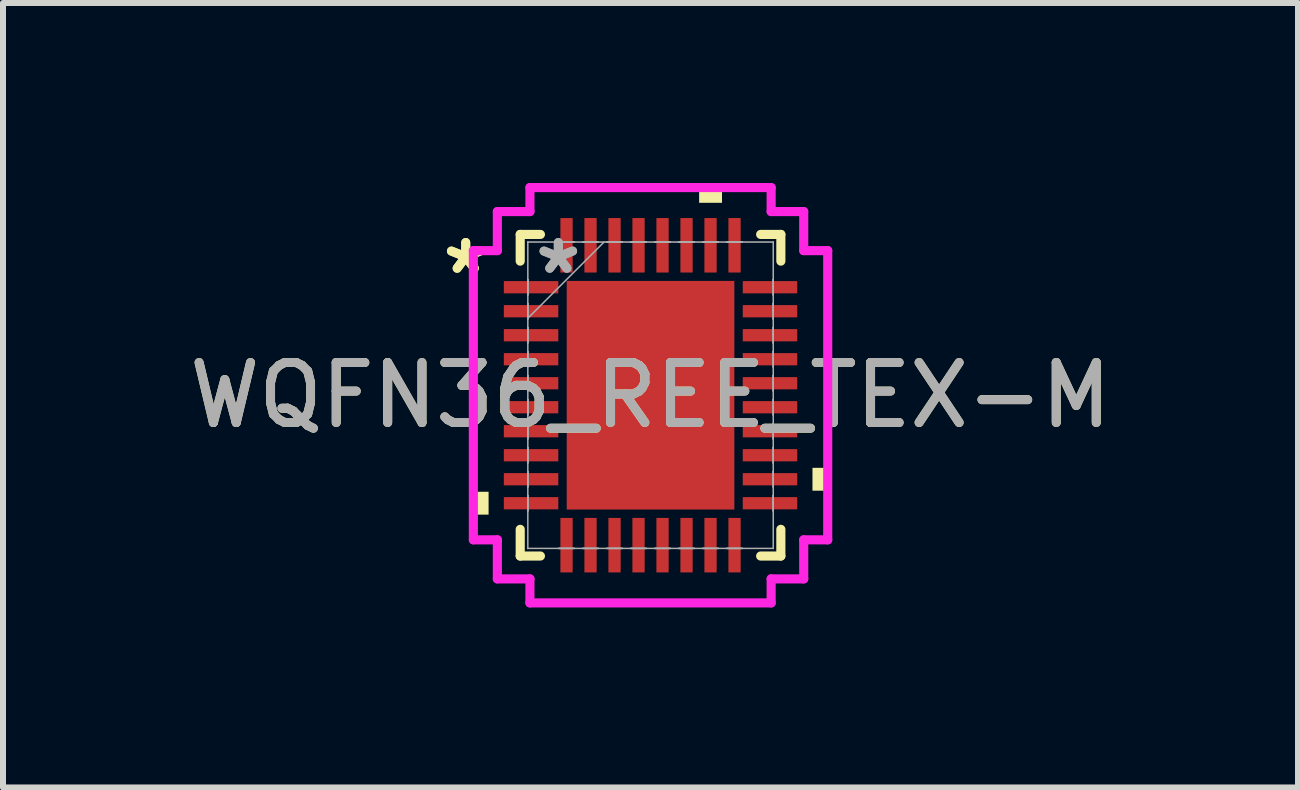
<source format=kicad_pcb>
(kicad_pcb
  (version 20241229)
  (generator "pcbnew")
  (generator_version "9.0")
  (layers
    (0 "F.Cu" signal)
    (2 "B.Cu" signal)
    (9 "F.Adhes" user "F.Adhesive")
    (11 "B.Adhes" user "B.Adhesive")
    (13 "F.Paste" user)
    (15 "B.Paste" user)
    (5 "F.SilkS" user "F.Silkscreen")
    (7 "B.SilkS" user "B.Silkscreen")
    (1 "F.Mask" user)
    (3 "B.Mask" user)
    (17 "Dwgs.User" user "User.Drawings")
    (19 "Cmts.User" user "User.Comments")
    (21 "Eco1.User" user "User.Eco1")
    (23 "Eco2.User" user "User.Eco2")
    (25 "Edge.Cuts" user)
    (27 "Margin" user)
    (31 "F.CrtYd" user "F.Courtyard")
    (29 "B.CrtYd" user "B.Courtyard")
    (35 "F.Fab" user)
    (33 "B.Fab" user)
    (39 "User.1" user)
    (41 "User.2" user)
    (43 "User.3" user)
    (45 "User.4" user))
  (footprint "WQFN36_REE_TEX-M"
    (layer "F.Cu")
    (at 7.792 3.537)
    (property "Reference" "WQFN36_REE_TEX-M" (at 0 0 0) (unlocked yes) (layer "F.SilkS") (effects (font (size 1 1) (thickness 0.15))))
    (attr smd)
    (fp_line (start -2.172 -2.68) (end -2.172 -2.235) (stroke (width 0.152) (type solid)) (layer "F.SilkS"))
    (fp_line (start -2.172 2.235) (end -2.172 2.68) (stroke (width 0.152) (type solid)) (layer "F.SilkS"))
    (fp_line (start -2.172 2.68) (end -1.835 2.68) (stroke (width 0.152) (type solid)) (layer "F.SilkS"))
    (fp_line (start -1.835 -2.68) (end -2.172 -2.68) (stroke (width 0.152) (type solid)) (layer "F.SilkS"))
    (fp_line (start 1.835 2.68) (end 2.172 2.68) (stroke (width 0.152) (type solid)) (layer "F.SilkS"))
    (fp_line (start 2.172 -2.68) (end 1.835 -2.68) (stroke (width 0.152) (type solid)) (layer "F.SilkS"))
    (fp_line (start 2.172 -2.235) (end 2.172 -2.68) (stroke (width 0.152) (type solid)) (layer "F.SilkS"))
    (fp_line (start 2.172 2.68) (end 2.172 2.235) (stroke (width 0.152) (type solid)) (layer "F.SilkS"))
    (fp_poly (pts (xy -2.953 1.609) (xy -2.953 1.99) (xy -2.699 1.99) (xy -2.699 1.609)) (stroke (width 0) (type solid)) (fill yes) (layer "F.SilkS"))
    (fp_poly (pts (xy 0.81 -3.207) (xy 0.81 -3.461) (xy 1.191 -3.461) (xy 1.191 -3.207)) (stroke (width 0) (type solid)) (fill yes) (layer "F.SilkS"))
    (fp_poly (pts (xy 2.953 1.21) (xy 2.953 1.591) (xy 2.699 1.591) (xy 2.699 1.21)) (stroke (width 0) (type solid)) (fill yes) (layer "F.SilkS"))
    (fp_poly (pts (xy -1.297 -1.805) (xy -1.297 -0.735) (xy -0.1 -0.735) (xy -0.1 -1.805)) (stroke (width 0) (type solid)) (fill yes) (layer "F.Paste"))
    (fp_poly (pts (xy -1.297 -0.535) (xy -1.297 0.535) (xy -0.1 0.535) (xy -0.1 -0.535)) (stroke (width 0) (type solid)) (fill yes) (layer "F.Paste"))
    (fp_poly (pts (xy -1.297 0.735) (xy -1.297 1.805) (xy -0.1 1.805) (xy -0.1 0.735)) (stroke (width 0) (type solid)) (fill yes) (layer "F.Paste"))
    (fp_poly (pts (xy 0.1 -1.805) (xy 0.1 -0.735) (xy 1.297 -0.735) (xy 1.297 -1.805)) (stroke (width 0) (type solid)) (fill yes) (layer "F.Paste"))
    (fp_poly (pts (xy 0.1 -0.535) (xy 0.1 0.535) (xy 1.297 0.535) (xy 1.297 -0.535)) (stroke (width 0) (type solid)) (fill yes) (layer "F.Paste"))
    (fp_poly (pts (xy 0.1 0.735) (xy 0.1 1.805) (xy 1.297 1.805) (xy 1.297 0.735)) (stroke (width 0) (type solid)) (fill yes) (layer "F.Paste"))
    (fp_line (start -2.953 -2.41) (end -2.553 -2.41) (stroke (width 0.152) (type solid)) (layer "F.CrtYd"))
    (fp_line (start -2.953 2.41) (end -2.953 -2.41) (stroke (width 0.152) (type solid)) (layer "F.CrtYd"))
    (fp_line (start -2.553 -3.061) (end -2.01 -3.061) (stroke (width 0.152) (type solid)) (layer "F.CrtYd"))
    (fp_line (start -2.553 -2.41) (end -2.553 -3.061) (stroke (width 0.152) (type solid)) (layer "F.CrtYd"))
    (fp_line (start -2.553 2.41) (end -2.953 2.41) (stroke (width 0.152) (type solid)) (layer "F.CrtYd"))
    (fp_line (start -2.553 3.061) (end -2.553 2.41) (stroke (width 0.152) (type solid)) (layer "F.CrtYd"))
    (fp_line (start -2.01 -3.461) (end 2.01 -3.461) (stroke (width 0.152) (type solid)) (layer "F.CrtYd"))
    (fp_line (start -2.01 -3.061) (end -2.01 -3.461) (stroke (width 0.152) (type solid)) (layer "F.CrtYd"))
    (fp_line (start -2.01 3.061) (end -2.553 3.061) (stroke (width 0.152) (type solid)) (layer "F.CrtYd"))
    (fp_line (start -2.01 3.461) (end -2.01 3.061) (stroke (width 0.152) (type solid)) (layer "F.CrtYd"))
    (fp_line (start 2.01 -3.461) (end 2.01 -3.061) (stroke (width 0.152) (type solid)) (layer "F.CrtYd"))
    (fp_line (start 2.01 -3.061) (end 2.553 -3.061) (stroke (width 0.152) (type solid)) (layer "F.CrtYd"))
    (fp_line (start 2.01 3.061) (end 2.01 3.461) (stroke (width 0.152) (type solid)) (layer "F.CrtYd"))
    (fp_line (start 2.01 3.461) (end -2.01 3.461) (stroke (width 0.152) (type solid)) (layer "F.CrtYd"))
    (fp_line (start 2.553 -3.061) (end 2.553 -2.41) (stroke (width 0.152) (type solid)) (layer "F.CrtYd"))
    (fp_line (start 2.553 -2.41) (end 2.953 -2.41) (stroke (width 0.152) (type solid)) (layer "F.CrtYd"))
    (fp_line (start 2.553 2.41) (end 2.553 3.061) (stroke (width 0.152) (type solid)) (layer "F.CrtYd"))
    (fp_line (start 2.553 3.061) (end 2.01 3.061) (stroke (width 0.152) (type solid)) (layer "F.CrtYd"))
    (fp_line (start 2.953 -2.41) (end 2.953 2.41) (stroke (width 0.152) (type solid)) (layer "F.CrtYd"))
    (fp_line (start 2.953 2.41) (end 2.553 2.41) (stroke (width 0.152) (type solid)) (layer "F.CrtYd"))
    (fp_line (start -2.045 -2.553) (end -2.045 -2.553) (stroke (width 0.025) (type solid)) (layer "F.Fab"))
    (fp_line (start -2.045 -2.553) (end -2.045 2.553) (stroke (width 0.025) (type solid)) (layer "F.Fab"))
    (fp_line (start -2.045 -1.927) (end -2.045 -1.927) (stroke (width 0.025) (type solid)) (layer "F.Fab"))
    (fp_line (start -2.045 -1.927) (end -2.045 -1.673) (stroke (width 0.025) (type solid)) (layer "F.Fab"))
    (fp_line (start -2.045 -1.673) (end -2.045 -1.927) (stroke (width 0.025) (type solid)) (layer "F.Fab"))
    (fp_line (start -2.045 -1.673) (end -2.045 -1.673) (stroke (width 0.025) (type solid)) (layer "F.Fab"))
    (fp_line (start -2.045 -1.527) (end -2.045 -1.527) (stroke (width 0.025) (type solid)) (layer "F.Fab"))
    (fp_line (start -2.045 -1.527) (end -2.045 -1.273) (stroke (width 0.025) (type solid)) (layer "F.Fab"))
    (fp_line (start -2.045 -1.283) (end -0.775 -2.553) (stroke (width 0.025) (type solid)) (layer "F.Fab"))
    (fp_line (start -2.045 -1.273) (end -2.045 -1.527) (stroke (width 0.025) (type solid)) (layer "F.Fab"))
    (fp_line (start -2.045 -1.273) (end -2.045 -1.273) (stroke (width 0.025) (type solid)) (layer "F.Fab"))
    (fp_line (start -2.045 -1.127) (end -2.045 -1.127) (stroke (width 0.025) (type solid)) (layer "F.Fab"))
    (fp_line (start -2.045 -1.127) (end -2.045 -0.873) (stroke (width 0.025) (type solid)) (layer "F.Fab"))
    (fp_line (start -2.045 -0.873) (end -2.045 -1.127) (stroke (width 0.025) (type solid)) (layer "F.Fab"))
    (fp_line (start -2.045 -0.873) (end -2.045 -0.873) (stroke (width 0.025) (type solid)) (layer "F.Fab"))
    (fp_line (start -2.045 -0.727) (end -2.045 -0.727) (stroke (width 0.025) (type solid)) (layer "F.Fab"))
    (fp_line (start -2.045 -0.727) (end -2.045 -0.473) (stroke (width 0.025) (type solid)) (layer "F.Fab"))
    (fp_line (start -2.045 -0.473) (end -2.045 -0.727) (stroke (width 0.025) (type solid)) (layer "F.Fab"))
    (fp_line (start -2.045 -0.473) (end -2.045 -0.473) (stroke (width 0.025) (type solid)) (layer "F.Fab"))
    (fp_line (start -2.045 -0.327) (end -2.045 -0.327) (stroke (width 0.025) (type solid)) (layer "F.Fab"))
    (fp_line (start -2.045 -0.327) (end -2.045 -0.073) (stroke (width 0.025) (type solid)) (layer "F.Fab"))
    (fp_line (start -2.045 -0.073) (end -2.045 -0.327) (stroke (width 0.025) (type solid)) (layer "F.Fab"))
    (fp_line (start -2.045 -0.073) (end -2.045 -0.073) (stroke (width 0.025) (type solid)) (layer "F.Fab"))
    (fp_line (start -2.045 0.073) (end -2.045 0.073) (stroke (width 0.025) (type solid)) (layer "F.Fab"))
    (fp_line (start -2.045 0.073) (end -2.045 0.327) (stroke (width 0.025) (type solid)) (layer "F.Fab"))
    (fp_line (start -2.045 0.327) (end -2.045 0.073) (stroke (width 0.025) (type solid)) (layer "F.Fab"))
    (fp_line (start -2.045 0.327) (end -2.045 0.327) (stroke (width 0.025) (type solid)) (layer "F.Fab"))
    (fp_line (start -2.045 0.473) (end -2.045 0.473) (stroke (width 0.025) (type solid)) (layer "F.Fab"))
    (fp_line (start -2.045 0.473) (end -2.045 0.727) (stroke (width 0.025) (type solid)) (layer "F.Fab"))
    (fp_line (start -2.045 0.727) (end -2.045 0.473) (stroke (width 0.025) (type solid)) (layer "F.Fab"))
    (fp_line (start -2.045 0.727) (end -2.045 0.727) (stroke (width 0.025) (type solid)) (layer "F.Fab"))
    (fp_line (start -2.045 0.873) (end -2.045 0.873) (stroke (width 0.025) (type solid)) (layer "F.Fab"))
    (fp_line (start -2.045 0.873) (end -2.045 1.127) (stroke (width 0.025) (type solid)) (layer "F.Fab"))
    (fp_line (start -2.045 1.127) (end -2.045 0.873) (stroke (width 0.025) (type solid)) (layer "F.Fab"))
    (fp_line (start -2.045 1.127) (end -2.045 1.127) (stroke (width 0.025) (type solid)) (layer "F.Fab"))
    (fp_line (start -2.045 1.273) (end -2.045 1.273) (stroke (width 0.025) (type solid)) (layer "F.Fab"))
    (fp_line (start -2.045 1.273) (end -2.045 1.527) (stroke (width 0.025) (type solid)) (layer "F.Fab"))
    (fp_line (start -2.045 1.527) (end -2.045 1.273) (stroke (width 0.025) (type solid)) (layer "F.Fab"))
    (fp_line (start -2.045 1.527) (end -2.045 1.527) (stroke (width 0.025) (type solid)) (layer "F.Fab"))
    (fp_line (start -2.045 1.673) (end -2.045 1.673) (stroke (width 0.025) (type solid)) (layer "F.Fab"))
    (fp_line (start -2.045 1.673) (end -2.045 1.927) (stroke (width 0.025) (type solid)) (layer "F.Fab"))
    (fp_line (start -2.045 1.927) (end -2.045 1.673) (stroke (width 0.025) (type solid)) (layer "F.Fab"))
    (fp_line (start -2.045 1.927) (end -2.045 1.927) (stroke (width 0.025) (type solid)) (layer "F.Fab"))
    (fp_line (start -2.045 2.553) (end -2.045 2.553) (stroke (width 0.025) (type solid)) (layer "F.Fab"))
    (fp_line (start -2.045 2.553) (end 2.045 2.553) (stroke (width 0.025) (type solid)) (layer "F.Fab"))
    (fp_line (start -1.527 -2.553) (end -1.527 -2.553) (stroke (width 0.025) (type solid)) (layer "F.Fab"))
    (fp_line (start -1.527 -2.553) (end -1.273 -2.553) (stroke (width 0.025) (type solid)) (layer "F.Fab"))
    (fp_line (start -1.527 2.553) (end -1.527 2.553) (stroke (width 0.025) (type solid)) (layer "F.Fab"))
    (fp_line (start -1.527 2.553) (end -1.273 2.553) (stroke (width 0.025) (type solid)) (layer "F.Fab"))
    (fp_line (start -1.273 -2.553) (end -1.527 -2.553) (stroke (width 0.025) (type solid)) (layer "F.Fab"))
    (fp_line (start -1.273 -2.553) (end -1.273 -2.553) (stroke (width 0.025) (type solid)) (layer "F.Fab"))
    (fp_line (start -1.273 2.553) (end -1.527 2.553) (stroke (width 0.025) (type solid)) (layer "F.Fab"))
    (fp_line (start -1.273 2.553) (end -1.273 2.553) (stroke (width 0.025) (type solid)) (layer "F.Fab"))
    (fp_line (start -1.127 -2.553) (end -1.127 -2.553) (stroke (width 0.025) (type solid)) (layer "F.Fab"))
    (fp_line (start -1.127 -2.553) (end -0.873 -2.553) (stroke (width 0.025) (type solid)) (layer "F.Fab"))
    (fp_line (start -1.127 2.553) (end -1.127 2.553) (stroke (width 0.025) (type solid)) (layer "F.Fab"))
    (fp_line (start -1.127 2.553) (end -0.873 2.553) (stroke (width 0.025) (type solid)) (layer "F.Fab"))
    (fp_line (start -0.873 -2.553) (end -1.127 -2.553) (stroke (width 0.025) (type solid)) (layer "F.Fab"))
    (fp_line (start -0.873 -2.553) (end -0.873 -2.553) (stroke (width 0.025) (type solid)) (layer "F.Fab"))
    (fp_line (start -0.873 2.553) (end -1.127 2.553) (stroke (width 0.025) (type solid)) (layer "F.Fab"))
    (fp_line (start -0.873 2.553) (end -0.873 2.553) (stroke (width 0.025) (type solid)) (layer "F.Fab"))
    (fp_line (start -0.727 -2.553) (end -0.727 -2.553) (stroke (width 0.025) (type solid)) (layer "F.Fab"))
    (fp_line (start -0.727 -2.553) (end -0.473 -2.553) (stroke (width 0.025) (type solid)) (layer "F.Fab"))
    (fp_line (start -0.727 2.553) (end -0.727 2.553) (stroke (width 0.025) (type solid)) (layer "F.Fab"))
    (fp_line (start -0.727 2.553) (end -0.473 2.553) (stroke (width 0.025) (type solid)) (layer "F.Fab"))
    (fp_line (start -0.473 -2.553) (end -0.727 -2.553) (stroke (width 0.025) (type solid)) (layer "F.Fab"))
    (fp_line (start -0.473 -2.553) (end -0.473 -2.553) (stroke (width 0.025) (type solid)) (layer "F.Fab"))
    (fp_line (start -0.473 2.553) (end -0.727 2.553) (stroke (width 0.025) (type solid)) (layer "F.Fab"))
    (fp_line (start -0.473 2.553) (end -0.473 2.553) (stroke (width 0.025) (type solid)) (layer "F.Fab"))
    (fp_line (start -0.327 -2.553) (end -0.327 -2.553) (stroke (width 0.025) (type solid)) (layer "F.Fab"))
    (fp_line (start -0.327 -2.553) (end -0.073 -2.553) (stroke (width 0.025) (type solid)) (layer "F.Fab"))
    (fp_line (start -0.327 2.553) (end -0.327 2.553) (stroke (width 0.025) (type solid)) (layer "F.Fab"))
    (fp_line (start -0.327 2.553) (end -0.073 2.553) (stroke (width 0.025) (type solid)) (layer "F.Fab"))
    (fp_line (start -0.073 -2.553) (end -0.327 -2.553) (stroke (width 0.025) (type solid)) (layer "F.Fab"))
    (fp_line (start -0.073 -2.553) (end -0.073 -2.553) (stroke (width 0.025) (type solid)) (layer "F.Fab"))
    (fp_line (start -0.073 2.553) (end -0.327 2.553) (stroke (width 0.025) (type solid)) (layer "F.Fab"))
    (fp_line (start -0.073 2.553) (end -0.073 2.553) (stroke (width 0.025) (type solid)) (layer "F.Fab"))
    (fp_line (start 0.073 -2.553) (end 0.073 -2.553) (stroke (width 0.025) (type solid)) (layer "F.Fab"))
    (fp_line (start 0.073 -2.553) (end 0.327 -2.553) (stroke (width 0.025) (type solid)) (layer "F.Fab"))
    (fp_line (start 0.073 2.553) (end 0.073 2.553) (stroke (width 0.025) (type solid)) (layer "F.Fab"))
    (fp_line (start 0.073 2.553) (end 0.327 2.553) (stroke (width 0.025) (type solid)) (layer "F.Fab"))
    (fp_line (start 0.327 -2.553) (end 0.073 -2.553) (stroke (width 0.025) (type solid)) (layer "F.Fab"))
    (fp_line (start 0.327 -2.553) (end 0.327 -2.553) (stroke (width 0.025) (type solid)) (layer "F.Fab"))
    (fp_line (start 0.327 2.553) (end 0.073 2.553) (stroke (width 0.025) (type solid)) (layer "F.Fab"))
    (fp_line (start 0.327 2.553) (end 0.327 2.553) (stroke (width 0.025) (type solid)) (layer "F.Fab"))
    (fp_line (start 0.473 -2.553) (end 0.473 -2.553) (stroke (width 0.025) (type solid)) (layer "F.Fab"))
    (fp_line (start 0.473 -2.553) (end 0.727 -2.553) (stroke (width 0.025) (type solid)) (layer "F.Fab"))
    (fp_line (start 0.473 2.553) (end 0.473 2.553) (stroke (width 0.025) (type solid)) (layer "F.Fab"))
    (fp_line (start 0.473 2.553) (end 0.727 2.553) (stroke (width 0.025) (type solid)) (layer "F.Fab"))
    (fp_line (start 0.727 -2.553) (end 0.473 -2.553) (stroke (width 0.025) (type solid)) (layer "F.Fab"))
    (fp_line (start 0.727 -2.553) (end 0.727 -2.553) (stroke (width 0.025) (type solid)) (layer "F.Fab"))
    (fp_line (start 0.727 2.553) (end 0.473 2.553) (stroke (width 0.025) (type solid)) (layer "F.Fab"))
    (fp_line (start 0.727 2.553) (end 0.727 2.553) (stroke (width 0.025) (type solid)) (layer "F.Fab"))
    (fp_line (start 0.873 -2.553) (end 0.873 -2.553) (stroke (width 0.025) (type solid)) (layer "F.Fab"))
    (fp_line (start 0.873 -2.553) (end 1.127 -2.553) (stroke (width 0.025) (type solid)) (layer "F.Fab"))
    (fp_line (start 0.873 2.553) (end 0.873 2.553) (stroke (width 0.025) (type solid)) (layer "F.Fab"))
    (fp_line (start 0.873 2.553) (end 1.127 2.553) (stroke (width 0.025) (type solid)) (layer "F.Fab"))
    (fp_line (start 1.127 -2.553) (end 0.873 -2.553) (stroke (width 0.025) (type solid)) (layer "F.Fab"))
    (fp_line (start 1.127 -2.553) (end 1.127 -2.553) (stroke (width 0.025) (type solid)) (layer "F.Fab"))
    (fp_line (start 1.127 2.553) (end 0.873 2.553) (stroke (width 0.025) (type solid)) (layer "F.Fab"))
    (fp_line (start 1.127 2.553) (end 1.127 2.553) (stroke (width 0.025) (type solid)) (layer "F.Fab"))
    (fp_line (start 1.273 -2.553) (end 1.273 -2.553) (stroke (width 0.025) (type solid)) (layer "F.Fab"))
    (fp_line (start 1.273 -2.553) (end 1.527 -2.553) (stroke (width 0.025) (type solid)) (layer "F.Fab"))
    (fp_line (start 1.273 2.553) (end 1.273 2.553) (stroke (width 0.025) (type solid)) (layer "F.Fab"))
    (fp_line (start 1.273 2.553) (end 1.527 2.553) (stroke (width 0.025) (type solid)) (layer "F.Fab"))
    (fp_line (start 1.527 -2.553) (end 1.273 -2.553) (stroke (width 0.025) (type solid)) (layer "F.Fab"))
    (fp_line (start 1.527 -2.553) (end 1.527 -2.553) (stroke (width 0.025) (type solid)) (layer "F.Fab"))
    (fp_line (start 1.527 2.553) (end 1.273 2.553) (stroke (width 0.025) (type solid)) (layer "F.Fab"))
    (fp_line (start 1.527 2.553) (end 1.527 2.553) (stroke (width 0.025) (type solid)) (layer "F.Fab"))
    (fp_line (start 2.045 -2.553) (end -2.045 -2.553) (stroke (width 0.025) (type solid)) (layer "F.Fab"))
    (fp_line (start 2.045 -2.553) (end 2.045 -2.553) (stroke (width 0.025) (type solid)) (layer "F.Fab"))
    (fp_line (start 2.045 -1.927) (end 2.045 -1.927) (stroke (width 0.025) (type solid)) (layer "F.Fab"))
    (fp_line (start 2.045 -1.927) (end 2.045 -1.673) (stroke (width 0.025) (type solid)) (layer "F.Fab"))
    (fp_line (start 2.045 -1.673) (end 2.045 -1.927) (stroke (width 0.025) (type solid)) (layer "F.Fab"))
    (fp_line (start 2.045 -1.673) (end 2.045 -1.673) (stroke (width 0.025) (type solid)) (layer "F.Fab"))
    (fp_line (start 2.045 -1.527) (end 2.045 -1.527) (stroke (width 0.025) (type solid)) (layer "F.Fab"))
    (fp_line (start 2.045 -1.527) (end 2.045 -1.273) (stroke (width 0.025) (type solid)) (layer "F.Fab"))
    (fp_line (start 2.045 -1.273) (end 2.045 -1.527) (stroke (width 0.025) (type solid)) (layer "F.Fab"))
    (fp_line (start 2.045 -1.273) (end 2.045 -1.273) (stroke (width 0.025) (type solid)) (layer "F.Fab"))
    (fp_line (start 2.045 -1.127) (end 2.045 -1.127) (stroke (width 0.025) (type solid)) (layer "F.Fab"))
    (fp_line (start 2.045 -1.127) (end 2.045 -0.873) (stroke (width 0.025) (type solid)) (layer "F.Fab"))
    (fp_line (start 2.045 -0.873) (end 2.045 -1.127) (stroke (width 0.025) (type solid)) (layer "F.Fab"))
    (fp_line (start 2.045 -0.873) (end 2.045 -0.873) (stroke (width 0.025) (type solid)) (layer "F.Fab"))
    (fp_line (start 2.045 -0.727) (end 2.045 -0.727) (stroke (width 0.025) (type solid)) (layer "F.Fab"))
    (fp_line (start 2.045 -0.727) (end 2.045 -0.473) (stroke (width 0.025) (type solid)) (layer "F.Fab"))
    (fp_line (start 2.045 -0.473) (end 2.045 -0.727) (stroke (width 0.025) (type solid)) (layer "F.Fab"))
    (fp_line (start 2.045 -0.473) (end 2.045 -0.473) (stroke (width 0.025) (type solid)) (layer "F.Fab"))
    (fp_line (start 2.045 -0.327) (end 2.045 -0.327) (stroke (width 0.025) (type solid)) (layer "F.Fab"))
    (fp_line (start 2.045 -0.327) (end 2.045 -0.073) (stroke (width 0.025) (type solid)) (layer "F.Fab"))
    (fp_line (start 2.045 -0.073) (end 2.045 -0.327) (stroke (width 0.025) (type solid)) (layer "F.Fab"))
    (fp_line (start 2.045 -0.073) (end 2.045 -0.073) (stroke (width 0.025) (type solid)) (layer "F.Fab"))
    (fp_line (start 2.045 0.073) (end 2.045 0.073) (stroke (width 0.025) (type solid)) (layer "F.Fab"))
    (fp_line (start 2.045 0.073) (end 2.045 0.327) (stroke (width 0.025) (type solid)) (layer "F.Fab"))
    (fp_line (start 2.045 0.327) (end 2.045 0.073) (stroke (width 0.025) (type solid)) (layer "F.Fab"))
    (fp_line (start 2.045 0.327) (end 2.045 0.327) (stroke (width 0.025) (type solid)) (layer "F.Fab"))
    (fp_line (start 2.045 0.473) (end 2.045 0.473) (stroke (width 0.025) (type solid)) (layer "F.Fab"))
    (fp_line (start 2.045 0.473) (end 2.045 0.727) (stroke (width 0.025) (type solid)) (layer "F.Fab"))
    (fp_line (start 2.045 0.727) (end 2.045 0.473) (stroke (width 0.025) (type solid)) (layer "F.Fab"))
    (fp_line (start 2.045 0.727) (end 2.045 0.727) (stroke (width 0.025) (type solid)) (layer "F.Fab"))
    (fp_line (start 2.045 0.873) (end 2.045 0.873) (stroke (width 0.025) (type solid)) (layer "F.Fab"))
    (fp_line (start 2.045 0.873) (end 2.045 1.127) (stroke (width 0.025) (type solid)) (layer "F.Fab"))
    (fp_line (start 2.045 1.127) (end 2.045 0.873) (stroke (width 0.025) (type solid)) (layer "F.Fab"))
    (fp_line (start 2.045 1.127) (end 2.045 1.127) (stroke (width 0.025) (type solid)) (layer "F.Fab"))
    (fp_line (start 2.045 1.273) (end 2.045 1.273) (stroke (width 0.025) (type solid)) (layer "F.Fab"))
    (fp_line (start 2.045 1.273) (end 2.045 1.527) (stroke (width 0.025) (type solid)) (layer "F.Fab"))
    (fp_line (start 2.045 1.527) (end 2.045 1.273) (stroke (width 0.025) (type solid)) (layer "F.Fab"))
    (fp_line (start 2.045 1.527) (end 2.045 1.527) (stroke (width 0.025) (type solid)) (layer "F.Fab"))
    (fp_line (start 2.045 1.673) (end 2.045 1.673) (stroke (width 0.025) (type solid)) (layer "F.Fab"))
    (fp_line (start 2.045 1.673) (end 2.045 1.927) (stroke (width 0.025) (type solid)) (layer "F.Fab"))
    (fp_line (start 2.045 1.927) (end 2.045 1.673) (stroke (width 0.025) (type solid)) (layer "F.Fab"))
    (fp_line (start 2.045 1.927) (end 2.045 1.927) (stroke (width 0.025) (type solid)) (layer "F.Fab"))
    (fp_line (start 2.045 2.553) (end 2.045 -2.553) (stroke (width 0.025) (type solid)) (layer "F.Fab"))
    (fp_line (start 2.045 2.553) (end 2.045 2.553) (stroke (width 0.025) (type solid)) (layer "F.Fab"))
    (fp_text user "*" (at -3.08 -2 0) (unlocked yes) (layer "F.SilkS") (effects (font (size 1 1) (thickness 0.15))))
    (fp_text user "*" (at -3.08 -2 0) (layer "F.SilkS") (effects (font (size 1 1) (thickness 0.15))))
    (fp_text user "*" (at -1.537 -2 0) (layer "F.Fab") (effects (font (size 1 1) (thickness 0.15))))
    (fp_text user "${REFERENCE}" (at 0 0 0) (unlocked yes) (layer "F.Fab") (effects (font (size 1 1) (thickness 0.15))))
    (fp_text user "*" (at -1.537 -2 0) (unlocked yes) (layer "F.Fab") (effects (font (size 1 1) (thickness 0.15))))
    (pad "1" smd rect (at -1.991 -1.8 90) (size 0.204 0.908) (layers "F.Cu" "F.Mask" "F.Paste"))
    (pad "2" smd rect (at -1.991 -1.4 90) (size 0.204 0.908) (layers "F.Cu" "F.Mask" "F.Paste"))
    (pad "3" smd rect (at -1.991 -1 90) (size 0.204 0.908) (layers "F.Cu" "F.Mask" "F.Paste"))
    (pad "4" smd rect (at -1.991 -0.6 90) (size 0.204 0.908) (layers "F.Cu" "F.Mask" "F.Paste"))
    (pad "5" smd rect (at -1.991 -0.2 90) (size 0.204 0.908) (layers "F.Cu" "F.Mask" "F.Paste"))
    (pad "6" smd rect (at -1.991 0.2 90) (size 0.204 0.908) (layers "F.Cu" "F.Mask" "F.Paste"))
    (pad "7" smd rect (at -1.991 0.6 90) (size 0.204 0.908) (layers "F.Cu" "F.Mask" "F.Paste"))
    (pad "8" smd rect (at -1.991 1 90) (size 0.204 0.908) (layers "F.Cu" "F.Mask" "F.Paste"))
    (pad "9" smd rect (at -1.991 1.4 90) (size 0.204 0.908) (layers "F.Cu" "F.Mask" "F.Paste"))
    (pad "10" smd rect (at -1.991 1.8 90) (size 0.204 0.908) (layers "F.Cu" "F.Mask" "F.Paste"))
    (pad "11" smd rect (at -1.4 2.499) (size 0.204 0.908) (layers "F.Cu" "F.Mask" "F.Paste"))
    (pad "12" smd rect (at -1 2.499) (size 0.204 0.908) (layers "F.Cu" "F.Mask" "F.Paste"))
    (pad "13" smd rect (at -0.6 2.499) (size 0.204 0.908) (layers "F.Cu" "F.Mask" "F.Paste"))
    (pad "14" smd rect (at -0.2 2.499) (size 0.204 0.908) (layers "F.Cu" "F.Mask" "F.Paste"))
    (pad "15" smd rect (at 0.2 2.499) (size 0.204 0.908) (layers "F.Cu" "F.Mask" "F.Paste"))
    (pad "16" smd rect (at 0.6 2.499) (size 0.204 0.908) (layers "F.Cu" "F.Mask" "F.Paste"))
    (pad "17" smd rect (at 1 2.499) (size 0.204 0.908) (layers "F.Cu" "F.Mask" "F.Paste"))
    (pad "18" smd rect (at 1.4 2.499) (size 0.204 0.908) (layers "F.Cu" "F.Mask" "F.Paste"))
    (pad "19" smd rect (at 1.991 1.8 90) (size 0.204 0.908) (layers "F.Cu" "F.Mask" "F.Paste"))
    (pad "20" smd rect (at 1.991 1.4 90) (size 0.204 0.908) (layers "F.Cu" "F.Mask" "F.Paste"))
    (pad "21" smd rect (at 1.991 1 90) (size 0.204 0.908) (layers "F.Cu" "F.Mask" "F.Paste"))
    (pad "22" smd rect (at 1.991 0.6 90) (size 0.204 0.908) (layers "F.Cu" "F.Mask" "F.Paste"))
    (pad "23" smd rect (at 1.991 0.2 90) (size 0.204 0.908) (layers "F.Cu" "F.Mask" "F.Paste"))
    (pad "24" smd rect (at 1.991 -0.2 90) (size 0.204 0.908) (layers "F.Cu" "F.Mask" "F.Paste"))
    (pad "25" smd rect (at 1.991 -0.6 90) (size 0.204 0.908) (layers "F.Cu" "F.Mask" "F.Paste"))
    (pad "26" smd rect (at 1.991 -1 90) (size 0.204 0.908) (layers "F.Cu" "F.Mask" "F.Paste"))
    (pad "27" smd rect (at 1.991 -1.4 90) (size 0.204 0.908) (layers "F.Cu" "F.Mask" "F.Paste"))
    (pad "28" smd rect (at 1.991 -1.8 90) (size 0.204 0.908) (layers "F.Cu" "F.Mask" "F.Paste"))
    (pad "29" smd rect (at 1.4 -2.499) (size 0.204 0.908) (layers "F.Cu" "F.Mask" "F.Paste"))
    (pad "30" smd rect (at 1 -2.499) (size 0.204 0.908) (layers "F.Cu" "F.Mask" "F.Paste"))
    (pad "31" smd rect (at 0.6 -2.499) (size 0.204 0.908) (layers "F.Cu" "F.Mask" "F.Paste"))
    (pad "32" smd rect (at 0.2 -2.499) (size 0.204 0.908) (layers "F.Cu" "F.Mask" "F.Paste"))
    (pad "33" smd rect (at -0.2 -2.499) (size 0.204 0.908) (layers "F.Cu" "F.Mask" "F.Paste"))
    (pad "34" smd rect (at -0.6 -2.499) (size 0.204 0.908) (layers "F.Cu" "F.Mask" "F.Paste"))
    (pad "35" smd rect (at -1 -2.499) (size 0.204 0.908) (layers "F.Cu" "F.Mask" "F.Paste"))
    (pad "36" smd rect (at -1.4 -2.499) (size 0.204 0.908) (layers "F.Cu" "F.Mask" "F.Paste"))
    (pad "37" smd rect (at 0 0) (size 2.794 3.81) (layers "F.Cu" "F.Mask" "F.Paste")))
  (gr_rect
    (start -3 -3)
    (end 18.583 10.074)
    (stroke (width 0.1) (type default))
    (fill no)
    (layer "Edge.Cuts")))
</source>
